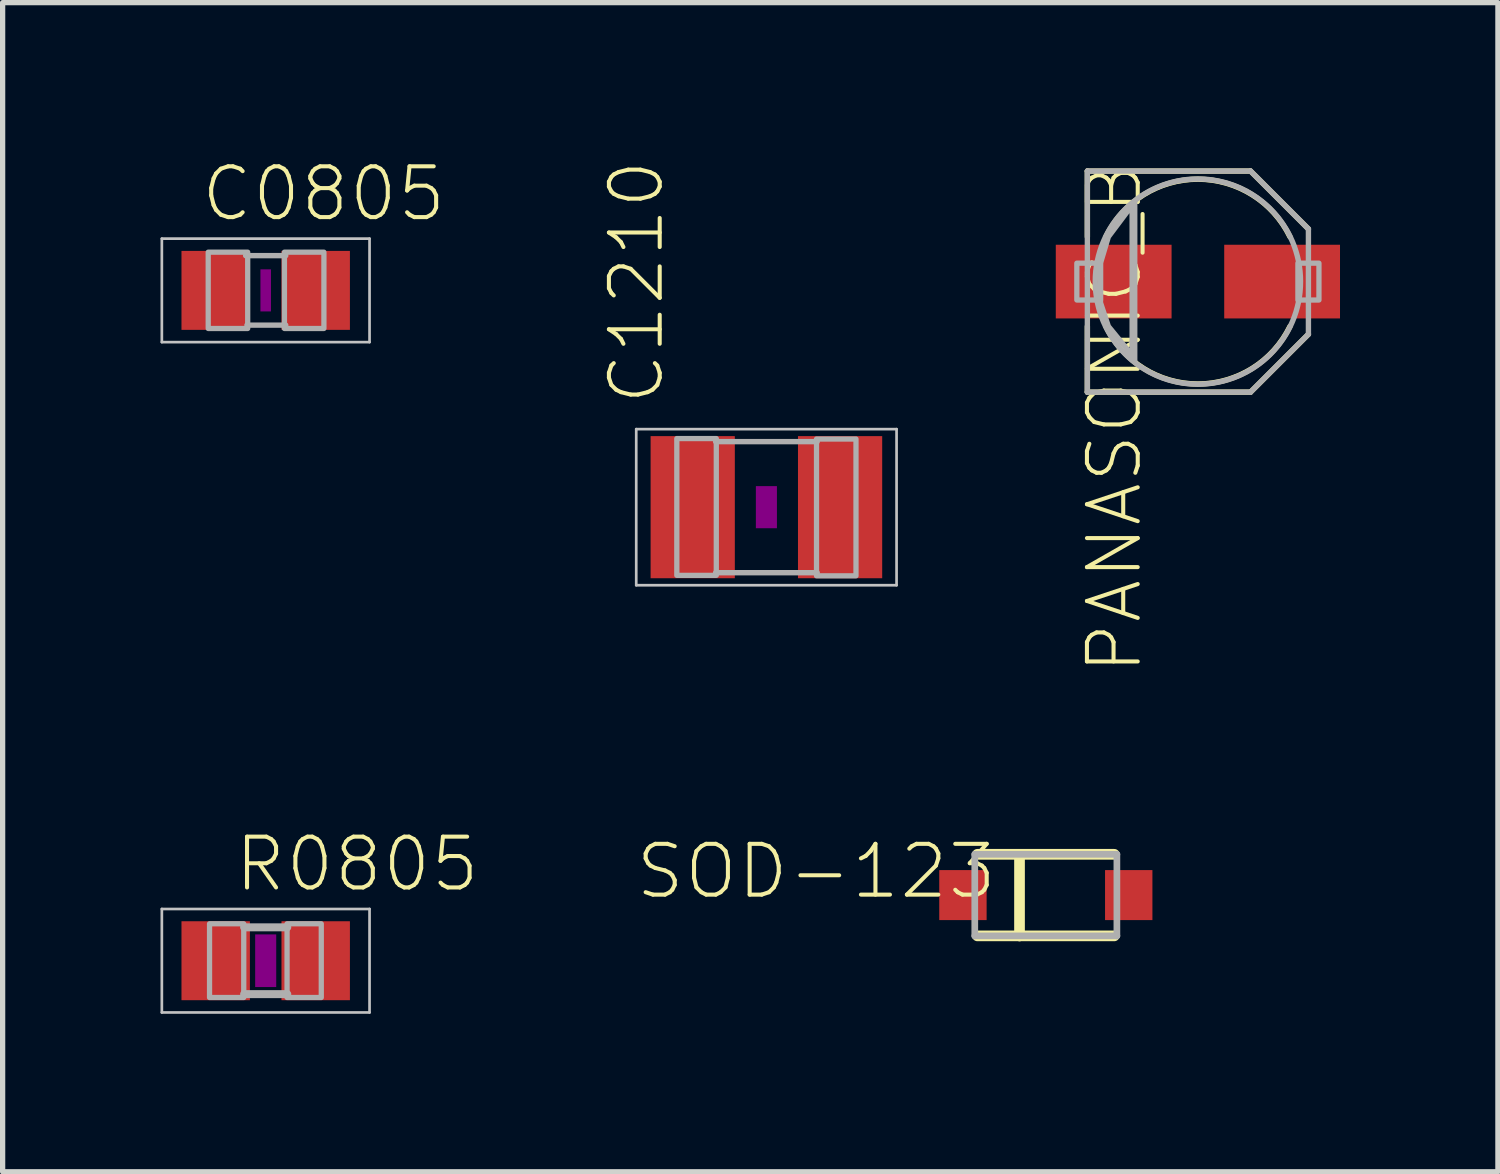
<source format=kicad_pcb>
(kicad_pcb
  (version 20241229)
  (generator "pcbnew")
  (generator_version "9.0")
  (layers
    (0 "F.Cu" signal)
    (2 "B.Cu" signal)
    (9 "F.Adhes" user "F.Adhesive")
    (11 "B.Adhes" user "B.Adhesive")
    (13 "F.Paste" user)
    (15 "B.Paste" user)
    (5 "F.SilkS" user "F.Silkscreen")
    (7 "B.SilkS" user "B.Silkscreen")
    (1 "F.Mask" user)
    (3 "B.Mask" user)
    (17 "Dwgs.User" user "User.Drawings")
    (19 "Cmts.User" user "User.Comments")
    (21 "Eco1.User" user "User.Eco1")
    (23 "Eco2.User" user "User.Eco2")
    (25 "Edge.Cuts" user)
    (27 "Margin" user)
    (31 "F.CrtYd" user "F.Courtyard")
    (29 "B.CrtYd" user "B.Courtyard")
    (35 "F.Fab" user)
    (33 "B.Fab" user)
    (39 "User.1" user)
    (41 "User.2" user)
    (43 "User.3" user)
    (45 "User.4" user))
  (footprint "SOD-123"
    (layer "F.Cu")
    (at 16.82 13.956)
    (property "Reference" "SOD-123" (at -0.889 -1.016 180) (layer "F.SilkS") (effects (font (size 0.965 0.965) (thickness 0.077)) (justify right top)))
    (attr through_hole)
    (fp_line (start -1.3 -0.775) (end -0.5 -0.775) (stroke (width 0.203) (type solid)) (layer "F.SilkS"))
    (fp_line (start -1.3 0.775) (end -0.5 0.775) (stroke (width 0.203) (type solid)) (layer "F.SilkS"))
    (fp_line (start -0.5 -0.775) (end -0.5 0.775) (stroke (width 0.203) (type solid)) (layer "F.SilkS"))
    (fp_line (start -0.5 -0.775) (end 1.3 -0.775) (stroke (width 0.203) (type solid)) (layer "F.SilkS"))
    (fp_line (start -0.5 0.775) (end 1.3 0.775) (stroke (width 0.203) (type solid)) (layer "F.SilkS"))
    (fp_line (start -1.35 -0.775) (end 1.35 -0.775) (stroke (width 0.127) (type solid)) (layer "F.Fab"))
    (fp_line (start -1.35 0.775) (end -1.35 -0.775) (stroke (width 0.127) (type solid)) (layer "F.Fab"))
    (fp_line (start 1.35 -0.775) (end 1.35 0.775) (stroke (width 0.127) (type solid)) (layer "F.Fab"))
    (fp_line (start 1.35 0.775) (end -1.35 0.775) (stroke (width 0.127) (type solid)) (layer "F.Fab"))
    (pad "A" smd rect (at 1.575 0) (size 0.9 0.95) (layers "F.Cu" "F.Mask" "F.Paste"))
    (pad "C" smd rect (at -1.575 0) (size 0.9 0.95) (layers "F.Cu" "F.Mask" "F.Paste")))
  (footprint "R0805"
    (layer "F.Cu")
    (at 1.998 15.203)
    (property "Reference" "R0805" (at -0.635 -1.27 0) (layer "F.SilkS") (effects (font (size 0.965 0.965) (thickness 0.077)) (justify left bottom)))
    (attr through_hole)
    (fp_poly (pts (xy -0.2 0.5) (xy 0.2 0.5) (xy 0.2 -0.5) (xy -0.2 -0.5)) (stroke (width 0) (type solid)) (fill yes) (layer "F.Adhes"))
    (fp_line (start -1.973 -0.983) (end 1.973 -0.983) (stroke (width 0.051) (type solid)) (layer "Dwgs.User"))
    (fp_line (start -1.973 0.983) (end -1.973 -0.983) (stroke (width 0.051) (type solid)) (layer "Dwgs.User"))
    (fp_line (start 1.973 -0.983) (end 1.973 0.983) (stroke (width 0.051) (type solid)) (layer "Dwgs.User"))
    (fp_line (start 1.973 0.983) (end -1.973 0.983) (stroke (width 0.051) (type solid)) (layer "Dwgs.User"))
    (fp_line (start -0.41 -0.635) (end 0.41 -0.635) (stroke (width 0.152) (type solid)) (layer "F.Fab"))
    (fp_line (start -0.41 0.635) (end 0.41 0.635) (stroke (width 0.152) (type solid)) (layer "F.Fab"))
    (fp_poly (pts (xy -1.067 0.699) (xy -0.417 0.699) (xy -0.417 -0.702) (xy -1.067 -0.702)) (stroke (width 0.1) (type solid)) (fill no) (layer "F.Fab"))
    (fp_poly (pts (xy 0.406 0.699) (xy 1.056 0.699) (xy 1.056 -0.702) (xy 0.406 -0.702)) (stroke (width 0.1) (type solid)) (fill no) (layer "F.Fab"))
    (pad "1" smd rect (at -0.95 0) (size 1.3 1.5) (layers "F.Cu" "F.Mask" "F.Paste"))
    (pad "2" smd rect (at 0.95 0) (size 1.3 1.5) (layers "F.Cu" "F.Mask" "F.Paste")))
  (footprint "C1210"
    (layer "F.Cu")
    (at 11.511 6.586)
    (property "Reference" "C1210" (at -1.905 -1.905 90) (layer "F.SilkS") (effects (font (size 0.965 0.965) (thickness 0.077)) (justify left bottom)))
    (attr through_hole)
    (fp_poly (pts (xy -0.2 0.4) (xy 0.2 0.4) (xy 0.2 -0.4) (xy -0.2 -0.4)) (stroke (width 0) (type solid)) (fill yes) (layer "F.Adhes"))
    (fp_line (start -2.473 -1.483) (end 2.473 -1.483) (stroke (width 0.051) (type solid)) (layer "Dwgs.User"))
    (fp_line (start -2.473 1.483) (end -2.473 -1.483) (stroke (width 0.051) (type solid)) (layer "Dwgs.User"))
    (fp_line (start 2.473 -1.483) (end 2.473 1.483) (stroke (width 0.051) (type solid)) (layer "Dwgs.User"))
    (fp_line (start 2.473 1.483) (end -2.473 1.483) (stroke (width 0.051) (type solid)) (layer "Dwgs.User"))
    (fp_line (start -0.965 -1.245) (end 0.965 -1.245) (stroke (width 0.102) (type solid)) (layer "F.Fab"))
    (fp_line (start -0.965 1.245) (end 0.965 1.245) (stroke (width 0.102) (type solid)) (layer "F.Fab"))
    (fp_poly (pts (xy -1.702 1.295) (xy -0.952 1.295) (xy -0.952 -1.304) (xy -1.702 -1.304)) (stroke (width 0.1) (type solid)) (fill no) (layer "F.Fab"))
    (fp_poly (pts (xy 0.952 1.304) (xy 1.702 1.304) (xy 1.702 -1.295) (xy 0.952 -1.295)) (stroke (width 0.1) (type solid)) (fill no) (layer "F.Fab"))
    (pad "1" smd rect (at -1.4 0) (size 1.6 2.7) (layers "F.Cu" "F.Mask" "F.Paste"))
    (pad "2" smd rect (at 1.4 0) (size 1.6 2.7) (layers "F.Cu" "F.Mask" "F.Paste")))
  (footprint "PANASONIC_B"
    (layer "F.Cu")
    (at 19.709 2.3)
    (property "Reference" "PANASONIC_B" (at -2.15 -2.3 270) (layer "F.SilkS") (effects (font (size 0.965 0.965) (thickness 0.077)) (justify right top)))
    (attr through_hole)
    (fp_line (start -2.1 -2.1) (end 1 -2.1) (stroke (width 0.102) (type solid)) (layer "F.SilkS"))
    (fp_line (start -2.1 -0.85) (end -2.1 -2.1) (stroke (width 0.102) (type solid)) (layer "F.SilkS"))
    (fp_line (start -2.1 2.1) (end -2.1 0.85) (stroke (width 0.102) (type solid)) (layer "F.SilkS"))
    (fp_line (start 1 -2.1) (end 2.1 -1) (stroke (width 0.102) (type solid)) (layer "F.SilkS"))
    (fp_line (start 1 2.1) (end -2.1 2.1) (stroke (width 0.102) (type solid)) (layer "F.SilkS"))
    (fp_line (start 2.1 1) (end 1 2.1) (stroke (width 0.102) (type solid)) (layer "F.SilkS"))
    (fp_arc (start -1.75 -0.85) (mid 0 -1.945508) (end 1.75 -0.85) (stroke (width 0.1016) (type solid)) (layer "F.SilkS"))
    (fp_arc (start 1.75 0.85) (mid 0 1.945508) (end -1.75 0.85) (stroke (width 0.1016) (type solid)) (layer "F.SilkS"))
    (fp_line (start -2.1 -2.1) (end 1 -2.1) (stroke (width 0.102) (type solid)) (layer "F.Fab"))
    (fp_line (start -2.1 2.1) (end -2.1 -2.1) (stroke (width 0.102) (type solid)) (layer "F.Fab"))
    (fp_line (start -1.2 -1.5) (end -1.2 1.5) (stroke (width 0.102) (type solid)) (layer "F.Fab"))
    (fp_line (start 1 -2.1) (end 2.1 -1) (stroke (width 0.102) (type solid)) (layer "F.Fab"))
    (fp_line (start 1 2.1) (end -2.1 2.1) (stroke (width 0.102) (type solid)) (layer "F.Fab"))
    (fp_line (start 2.1 -1) (end 2.1 1) (stroke (width 0.102) (type solid)) (layer "F.Fab"))
    (fp_line (start 2.1 1) (end 1 2.1) (stroke (width 0.102) (type solid)) (layer "F.Fab"))
    (fp_circle (center 0 0) (end 1.95 0) (stroke (width 0.102) (type solid)) (fill no) (layer "F.Fab"))
    (fp_poly (pts (xy -2.3 0.35) (xy -1.85 0.35) (xy -1.85 -0.35) (xy -2.3 -0.35)) (stroke (width 0.1) (type solid)) (fill no) (layer "F.Fab"))
    (fp_poly (pts (xy 1.9 0.35) (xy 2.3 0.35) (xy 2.3 -0.35) (xy 1.9 -0.35)) (stroke (width 0.1) (type solid)) (fill no) (layer "F.Fab"))
    (fp_poly (pts (xy -1.25 -1.45) (xy -1.7 -0.85) (xy -1.85 -0.35) (xy -1.85 0.4) (xy -1.7 0.85) (xy -1.25 1.4) (xy -1.25 -1.4)) (stroke (width 0.1) (type solid)) (fill no) (layer "F.Fab"))
    (pad "+" smd rect (at 1.6 0) (size 2.2 1.4) (layers "F.Cu" "F.Mask" "F.Paste"))
    (pad "-" smd rect (at -1.6 0) (size 2.2 1.4) (layers "F.Cu" "F.Mask" "F.Paste")))
  (footprint "C0805"
    (layer "F.Cu")
    (at 1.998 2.467)
    (property "Reference" "C0805" (at -1.27 -1.27 180) (layer "F.SilkS") (effects (font (size 0.965 0.965) (thickness 0.077)) (justify left bottom)))
    (attr through_hole)
    (fp_poly (pts (xy -0.1 0.4) (xy 0.1 0.4) (xy 0.1 -0.4) (xy -0.1 -0.4)) (stroke (width 0) (type solid)) (fill yes) (layer "F.Adhes"))
    (fp_line (start -1.973 -0.983) (end 1.973 -0.983) (stroke (width 0.051) (type solid)) (layer "Dwgs.User"))
    (fp_line (start -1.973 0.983) (end -1.973 -0.983) (stroke (width 0.051) (type solid)) (layer "Dwgs.User"))
    (fp_line (start 1.973 -0.983) (end 1.973 0.983) (stroke (width 0.051) (type solid)) (layer "Dwgs.User"))
    (fp_line (start 1.973 0.983) (end -1.973 0.983) (stroke (width 0.051) (type solid)) (layer "Dwgs.User"))
    (fp_line (start -0.381 -0.66) (end 0.381 -0.66) (stroke (width 0.102) (type solid)) (layer "F.Fab"))
    (fp_line (start -0.356 0.66) (end 0.381 0.66) (stroke (width 0.102) (type solid)) (layer "F.Fab"))
    (fp_poly (pts (xy -1.092 0.724) (xy -0.342 0.724) (xy -0.342 -0.726) (xy -1.092 -0.726)) (stroke (width 0.1) (type solid)) (fill no) (layer "F.Fab"))
    (fp_poly (pts (xy 0.356 0.724) (xy 1.106 0.724) (xy 1.106 -0.726) (xy 0.356 -0.726)) (stroke (width 0.1) (type solid)) (fill no) (layer "F.Fab"))
    (pad "1" smd rect (at -0.95 0) (size 1.3 1.5) (layers "F.Cu" "F.Mask" "F.Paste"))
    (pad "2" smd rect (at 0.95 0) (size 1.3 1.5) (layers "F.Cu" "F.Mask" "F.Paste")))
  (gr_rect
    (start -3 -3)
    (end 25.409 19.212)
    (stroke (width 0.1) (type default))
    (fill no)
    (layer "Edge.Cuts")))
</source>
